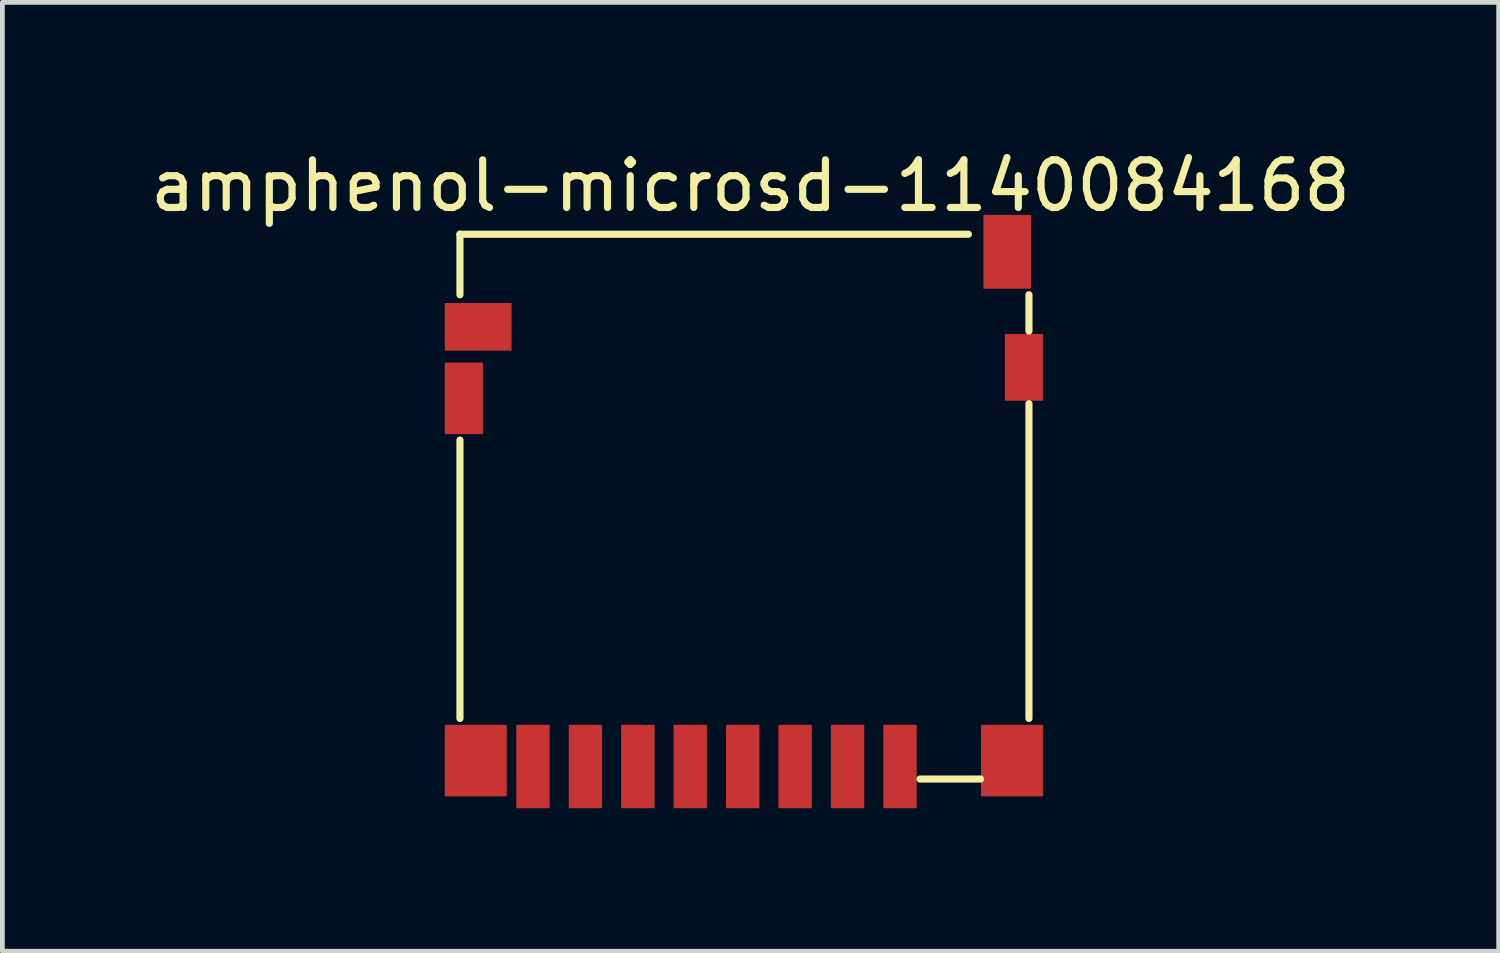
<source format=kicad_pcb>
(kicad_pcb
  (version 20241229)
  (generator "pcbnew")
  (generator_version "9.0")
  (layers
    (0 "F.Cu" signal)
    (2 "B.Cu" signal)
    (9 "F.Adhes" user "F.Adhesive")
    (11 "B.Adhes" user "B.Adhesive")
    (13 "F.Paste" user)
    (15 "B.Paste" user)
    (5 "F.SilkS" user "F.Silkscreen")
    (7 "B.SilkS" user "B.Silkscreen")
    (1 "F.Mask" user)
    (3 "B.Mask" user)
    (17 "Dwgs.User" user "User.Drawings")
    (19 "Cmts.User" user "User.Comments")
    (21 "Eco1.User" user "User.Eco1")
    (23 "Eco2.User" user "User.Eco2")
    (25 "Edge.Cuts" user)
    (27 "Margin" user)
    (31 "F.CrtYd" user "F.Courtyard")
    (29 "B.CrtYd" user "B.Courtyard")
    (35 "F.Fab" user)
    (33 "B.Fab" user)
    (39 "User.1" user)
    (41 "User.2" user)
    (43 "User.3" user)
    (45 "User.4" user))
  (footprint "amphenol-microsd-1140084168"
    (layer "F.Cu")
    (at 12.696 7.452)
    (property "Reference" "amphenol-microsd-1140084168" (at 0 -6.604 0) (layer "F.SilkS") (effects (font (size 1 1) (thickness 0.15))))
    (attr through_hole)
    (fp_line (start -6.096 -5.588) (end -6.096 -4.318) (stroke (width 0.15) (type solid)) (layer "F.SilkS"))
    (fp_line (start -6.096 -1.27) (end -6.096 4.572) (stroke (width 0.15) (type solid)) (layer "F.SilkS"))
    (fp_line (start 4.572 -5.588) (end -6.096 -5.588) (stroke (width 0.15) (type solid)) (layer "F.SilkS"))
    (fp_line (start 4.826 5.842) (end 3.556 5.842) (stroke (width 0.15) (type solid)) (layer "F.SilkS"))
    (fp_line (start 5.842 -4.318) (end 5.842 -3.556) (stroke (width 0.15) (type solid)) (layer "F.SilkS"))
    (fp_line (start 5.842 -2.032) (end 5.842 4.572) (stroke (width 0.15) (type solid)) (layer "F.SilkS"))
    (pad "" smd rect (at -6.014 -2.145) (size 0.8 1.5) (layers "F.Cu" "F.Mask" "F.Paste"))
    (pad "" smd rect (at -5.764 5.455) (size 1.3 1.5) (layers "F.Cu" "F.Mask" "F.Paste"))
    (pad "" smd rect (at -5.714 -3.645) (size 1.4 1) (layers "F.Cu" "F.Mask" "F.Paste"))
    (pad "" smd rect (at 5.386 -5.22) (size 1 1.55) (layers "F.Cu" "F.Mask" "F.Paste"))
    (pad "" smd rect (at 5.486 5.455) (size 1.3 1.5) (layers "F.Cu" "F.Mask" "F.Paste"))
    (pad "" smd rect (at 5.736 -2.795) (size 0.8 1.4) (layers "F.Cu" "F.Mask" "F.Paste"))
    (pad "1" smd rect (at 3.136 5.58) (size 0.7 1.75) (layers "F.Cu" "F.Mask" "F.Paste"))
    (pad "2" smd rect (at 2.036 5.58) (size 0.7 1.75) (layers "F.Cu" "F.Mask" "F.Paste"))
    (pad "3" smd rect (at 0.936 5.58) (size 0.7 1.75) (layers "F.Cu" "F.Mask" "F.Paste"))
    (pad "4" smd rect (at -0.164 5.58) (size 0.7 1.75) (layers "F.Cu" "F.Mask" "F.Paste"))
    (pad "5" smd rect (at -1.264 5.58) (size 0.7 1.75) (layers "F.Cu" "F.Mask" "F.Paste"))
    (pad "6" smd rect (at -2.364 5.58) (size 0.7 1.75) (layers "F.Cu" "F.Mask" "F.Paste"))
    (pad "7" smd rect (at -3.464 5.58) (size 0.7 1.75) (layers "F.Cu" "F.Mask" "F.Paste"))
    (pad "8" smd rect (at -4.564 5.58) (size 0.7 1.75) (layers "F.Cu" "F.Mask" "F.Paste")))
  (gr_rect
    (start -3 -3)
    (end 28.393 16.908)
    (stroke (width 0.1) (type default))
    (fill no)
    (layer "Edge.Cuts")))
</source>
